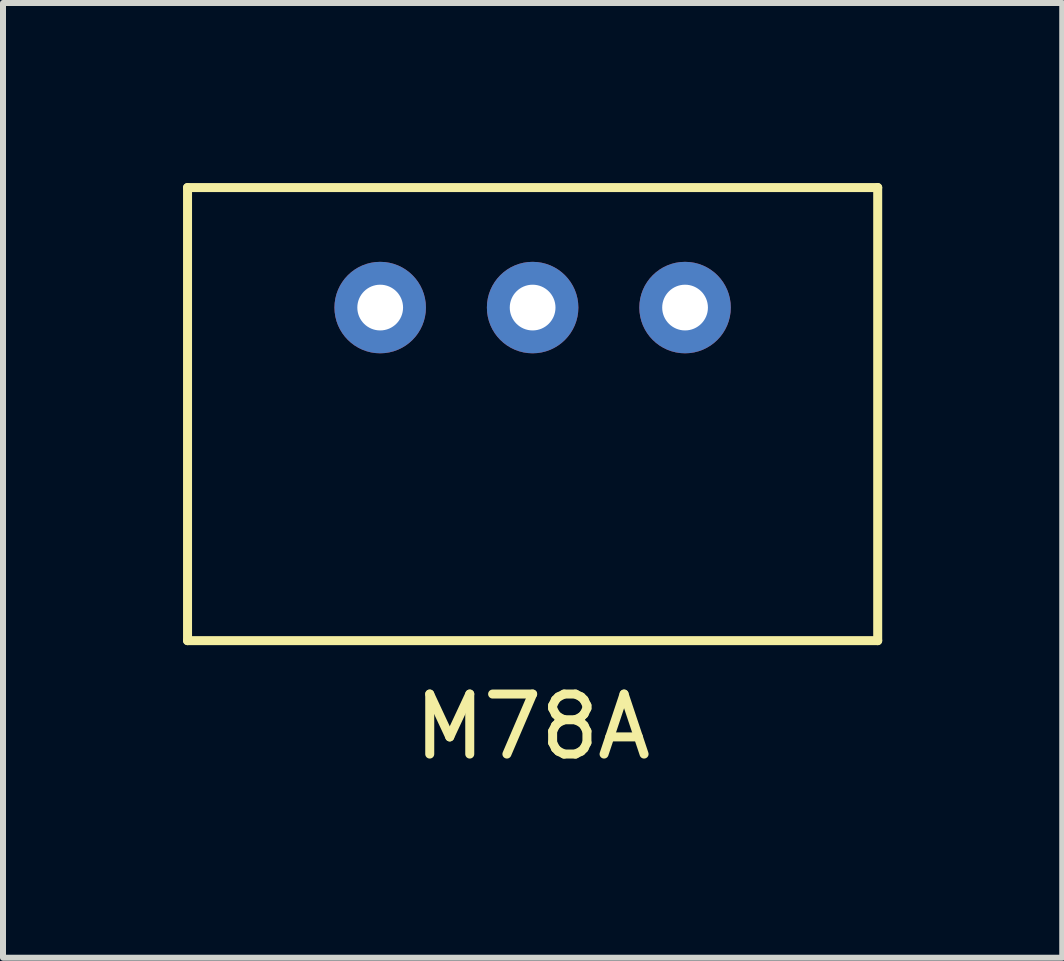
<source format=kicad_pcb>
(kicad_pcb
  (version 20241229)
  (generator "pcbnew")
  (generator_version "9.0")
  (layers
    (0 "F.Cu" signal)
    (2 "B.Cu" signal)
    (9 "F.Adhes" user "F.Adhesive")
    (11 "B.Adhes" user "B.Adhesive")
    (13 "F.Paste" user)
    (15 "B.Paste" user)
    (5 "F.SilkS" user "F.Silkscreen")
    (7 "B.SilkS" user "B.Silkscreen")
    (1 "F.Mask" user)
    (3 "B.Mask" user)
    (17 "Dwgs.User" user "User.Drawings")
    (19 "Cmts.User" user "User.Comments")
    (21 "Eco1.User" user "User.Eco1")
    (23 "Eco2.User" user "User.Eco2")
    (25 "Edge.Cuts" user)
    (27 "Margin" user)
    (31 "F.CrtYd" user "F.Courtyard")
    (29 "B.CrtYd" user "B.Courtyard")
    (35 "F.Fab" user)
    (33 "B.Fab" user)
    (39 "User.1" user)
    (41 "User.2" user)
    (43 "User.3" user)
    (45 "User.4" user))
  (footprint "M78A"
    (layer "F.Cu")
    (at 5.825 2.075)
    (property "Reference" "M78A" (at 0 6.985 0) (layer "F.SilkS") (effects (font (size 1 1) (thickness 0.15))))
    (attr through_hole)
    (fp_line (start -5.75 -2) (end -5.75 5.55) (stroke (width 0.15) (type solid)) (layer "F.SilkS"))
    (fp_line (start -5.75 -2) (end 5.75 -2) (stroke (width 0.15) (type solid)) (layer "F.SilkS"))
    (fp_line (start -5.75 5.55) (end 5.75 5.55) (stroke (width 0.15) (type solid)) (layer "F.SilkS"))
    (fp_line (start 5.75 -2) (end 5.75 5.55) (stroke (width 0.15) (type solid)) (layer "F.SilkS"))
    (pad "1" thru_hole circle (at -2.54 0) (size 1.524 1.524) (drill 0.762) (layers "*.Cu" "*.Mask"))
    (pad "2" thru_hole circle (at 0 0) (size 1.524 1.524) (drill 0.762) (layers "*.Cu" "*.Mask"))
    (pad "3" thru_hole circle (at 2.54 0) (size 1.524 1.524) (drill 0.762) (layers "*.Cu" "*.Mask")))
  (gr_rect
    (start -3 -3)
    (end 14.65 12.908)
    (stroke (width 0.1) (type default))
    (fill no)
    (layer "Edge.Cuts")))
</source>
